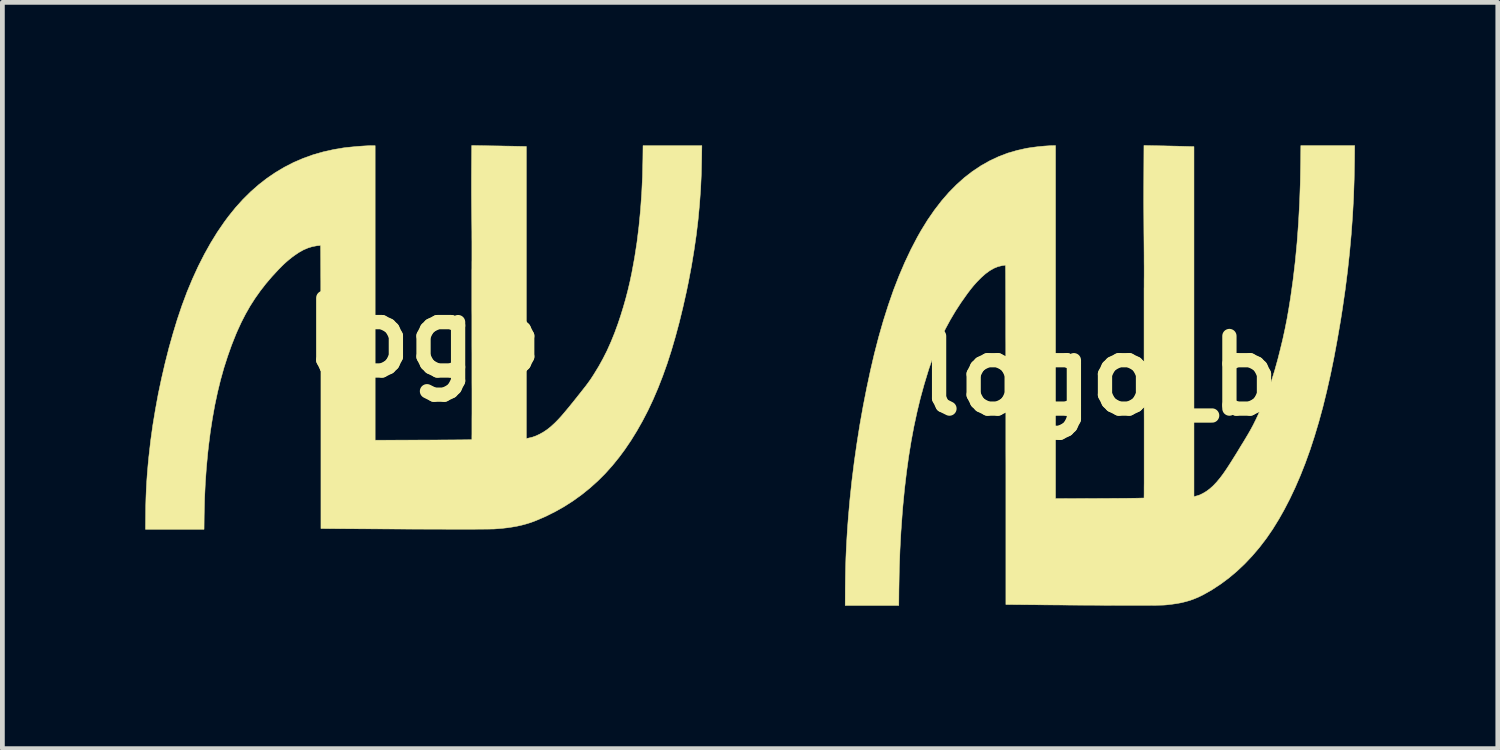
<source format=kicad_pcb>
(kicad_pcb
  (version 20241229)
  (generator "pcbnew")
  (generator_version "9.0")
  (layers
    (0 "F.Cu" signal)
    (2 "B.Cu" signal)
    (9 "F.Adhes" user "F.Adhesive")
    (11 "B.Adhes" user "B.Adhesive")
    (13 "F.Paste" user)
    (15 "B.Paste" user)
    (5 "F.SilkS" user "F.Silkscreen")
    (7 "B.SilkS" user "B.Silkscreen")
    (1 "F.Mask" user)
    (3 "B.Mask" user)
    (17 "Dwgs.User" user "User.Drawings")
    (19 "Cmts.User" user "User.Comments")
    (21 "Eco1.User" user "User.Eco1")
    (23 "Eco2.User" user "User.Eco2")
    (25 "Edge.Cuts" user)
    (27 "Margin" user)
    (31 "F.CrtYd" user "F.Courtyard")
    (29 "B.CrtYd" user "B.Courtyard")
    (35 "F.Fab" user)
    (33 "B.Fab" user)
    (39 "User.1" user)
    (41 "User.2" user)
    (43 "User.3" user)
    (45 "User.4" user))
  (footprint "logo"
    (layer "F.Cu")
    (at 5.843 4.04)
    (property "Reference" "logo" (at 0 0 0) (layer "F.SilkS") (effects (font (size 1.524 1.524) (thickness 0.3))))
    (attr through_hole)
    (fp_poly (pts (xy 1.343 -4.029) (xy 1.409 -4.028) (xy 1.48 -4.027) (xy 1.553 -4.026) (xy 1.627 -4.025) (xy 1.699 -4.023) (xy 1.768 -4.022) (xy 1.831 -4.021) (xy 1.888 -4.02) (xy 1.916 -4.019) (xy 2.159 -4.014) (xy 2.159 -0.947) (xy 2.159 2.12) (xy 2.17 2.116) (xy 2.182 2.113) (xy 2.199 2.11) (xy 2.212 2.107) (xy 2.284 2.09) (xy 2.36 2.063) (xy 2.439 2.026) (xy 2.518 1.982) (xy 2.594 1.931) (xy 2.666 1.874) (xy 2.681 1.861) (xy 2.718 1.827) (xy 2.755 1.793) (xy 2.791 1.757) (xy 2.828 1.719) (xy 2.867 1.677) (xy 2.908 1.631) (xy 2.952 1.579) (xy 3.001 1.521) (xy 3.055 1.456) (xy 3.114 1.383) (xy 3.181 1.3) (xy 3.188 1.291) (xy 3.242 1.223) (xy 3.29 1.163) (xy 3.331 1.111) (xy 3.367 1.065) (xy 3.398 1.026) (xy 3.425 0.99) (xy 3.449 0.958) (xy 3.47 0.929) (xy 3.49 0.901) (xy 3.51 0.873) (xy 3.529 0.844) (xy 3.549 0.813) (xy 3.571 0.779) (xy 3.579 0.766) (xy 3.677 0.606) (xy 3.768 0.442) (xy 3.854 0.272) (xy 3.934 0.093) (xy 4.011 -0.096) (xy 4.084 -0.296) (xy 4.14 -0.464) (xy 4.196 -0.645) (xy 4.246 -0.82) (xy 4.292 -0.997) (xy 4.335 -1.179) (xy 4.374 -1.365) (xy 4.432 -1.68) (xy 4.482 -2.004) (xy 4.523 -2.336) (xy 4.556 -2.677) (xy 4.581 -3.027) (xy 4.598 -3.385) (xy 4.606 -3.752) (xy 4.609 -4.032) (xy 5.844 -4.032) (xy 5.84 -3.768) (xy 5.833 -3.442) (xy 5.818 -3.119) (xy 5.795 -2.798) (xy 5.765 -2.478) (xy 5.727 -2.157) (xy 5.68 -1.834) (xy 5.626 -1.506) (xy 5.563 -1.173) (xy 5.52 -0.964) (xy 5.446 -0.635) (xy 5.369 -0.319) (xy 5.288 -0.018) (xy 5.204 0.27) (xy 5.115 0.546) (xy 5.021 0.809) (xy 4.923 1.06) (xy 4.82 1.3) (xy 4.712 1.53) (xy 4.598 1.749) (xy 4.479 1.959) (xy 4.355 2.16) (xy 4.224 2.353) (xy 4.106 2.512) (xy 3.965 2.686) (xy 3.816 2.852) (xy 3.659 3.009) (xy 3.494 3.157) (xy 3.323 3.295) (xy 3.144 3.424) (xy 2.959 3.543) (xy 2.768 3.651) (xy 2.571 3.75) (xy 2.369 3.837) (xy 2.339 3.849) (xy 2.25 3.882) (xy 2.16 3.91) (xy 2.067 3.935) (xy 1.971 3.957) (xy 1.87 3.975) (xy 1.763 3.991) (xy 1.649 4.004) (xy 1.526 4.014) (xy 1.486 4.017) (xy 1.465 4.018) (xy 1.435 4.018) (xy 1.394 4.019) (xy 1.345 4.02) (xy 1.286 4.02) (xy 1.218 4.021) (xy 1.142 4.021) (xy 1.057 4.022) (xy 0.964 4.022) (xy 0.863 4.022) (xy 0.755 4.022) (xy 0.639 4.022) (xy 0.516 4.022) (xy 0.386 4.021) (xy 0.249 4.021) (xy 0.107 4.021) (xy -0.042 4.02) (xy -0.197 4.02) (xy -0.358 4.019) (xy -0.523 4.018) (xy -0.694 4.017) (xy -0.87 4.016) (xy -1.051 4.015) (xy -1.235 4.014) (xy -1.424 4.013) (xy -1.525 4.012) (xy -2.154 4.008) (xy -2.154 1.811) (xy -2.154 1.57) (xy -2.154 1.333) (xy -2.154 1.099) (xy -2.154 0.871) (xy -2.154 0.648) (xy -2.155 0.431) (xy -2.155 0.22) (xy -2.155 0.015) (xy -2.155 -0.182) (xy -2.156 -0.371) (xy -2.156 -0.552) (xy -2.156 -0.724) (xy -2.157 -0.887) (xy -2.157 -1.04) (xy -2.157 -1.182) (xy -2.158 -1.314) (xy -2.158 -1.435) (xy -2.159 -1.544) (xy -2.159 -1.641) (xy -2.16 -1.725) (xy -2.16 -1.795) (xy -2.161 -1.852) (xy -2.161 -1.895) (xy -2.162 -1.923) (xy -2.162 -1.936) (xy -2.162 -1.936) (xy -2.168 -1.937) (xy -2.182 -1.936) (xy -2.202 -1.934) (xy -2.227 -1.932) (xy -2.239 -1.93) (xy -2.335 -1.912) (xy -2.429 -1.883) (xy -2.524 -1.842) (xy -2.62 -1.788) (xy -2.718 -1.721) (xy -2.769 -1.683) (xy -2.815 -1.646) (xy -2.857 -1.611) (xy -2.896 -1.577) (xy -2.936 -1.54) (xy -2.978 -1.499) (xy -3.024 -1.452) (xy -3.043 -1.433) (xy -3.181 -1.284) (xy -3.309 -1.134) (xy -3.428 -0.981) (xy -3.539 -0.824) (xy -3.642 -0.663) (xy -3.737 -0.496) (xy -3.826 -0.323) (xy -3.909 -0.142) (xy -3.938 -0.075) (xy -4.03 0.156) (xy -4.114 0.393) (xy -4.192 0.636) (xy -4.262 0.887) (xy -4.325 1.145) (xy -4.382 1.413) (xy -4.432 1.691) (xy -4.477 1.98) (xy -4.515 2.281) (xy -4.531 2.425) (xy -4.56 2.738) (xy -4.582 3.051) (xy -4.597 3.368) (xy -4.605 3.694) (xy -4.606 3.741) (xy -4.609 4.024) (xy -5.838 4.024) (xy -5.835 3.717) (xy -5.833 3.532) (xy -5.828 3.357) (xy -5.821 3.189) (xy -5.812 3.022) (xy -5.8 2.853) (xy -5.785 2.678) (xy -5.767 2.492) (xy -5.765 2.477) (xy -5.729 2.159) (xy -5.684 1.836) (xy -5.63 1.51) (xy -5.57 1.182) (xy -5.501 0.856) (xy -5.426 0.532) (xy -5.345 0.213) (xy -5.257 -0.098) (xy -5.171 -0.381) (xy -5.071 -0.678) (xy -4.964 -0.964) (xy -4.85 -1.237) (xy -4.73 -1.499) (xy -4.603 -1.749) (xy -4.47 -1.987) (xy -4.331 -2.213) (xy -4.185 -2.426) (xy -4.097 -2.545) (xy -3.948 -2.73) (xy -3.792 -2.903) (xy -3.63 -3.063) (xy -3.462 -3.211) (xy -3.287 -3.347) (xy -3.106 -3.47) (xy -2.919 -3.581) (xy -2.726 -3.68) (xy -2.526 -3.766) (xy -2.32 -3.84) (xy -2.107 -3.901) (xy -1.888 -3.95) (xy -1.687 -3.984) (xy -1.626 -3.992) (xy -1.559 -3.999) (xy -1.487 -4.006) (xy -1.414 -4.013) (xy -1.34 -4.019) (xy -1.267 -4.024) (xy -1.198 -4.028) (xy -1.134 -4.031) (xy -1.077 -4.032) (xy -1.055 -4.032) (xy -1.016 -4.032) (xy -1.016 2.153) (xy -0.003 2.15) (xy 0.098 2.15) (xy 0.196 2.149) (xy 0.291 2.149) (xy 0.382 2.148) (xy 0.469 2.148) (xy 0.551 2.147) (xy 0.628 2.147) (xy 0.7 2.146) (xy 0.766 2.146) (xy 0.825 2.145) (xy 0.876 2.144) (xy 0.921 2.144) (xy 0.957 2.143) (xy 0.985 2.142) (xy 1.004 2.142) (xy 1.013 2.141) (xy 1.014 2.141) (xy 1.015 2.132) (xy 1.015 2.109) (xy 1.015 2.071) (xy 1.016 2.02) (xy 1.016 1.956) (xy 1.016 1.88) (xy 1.016 1.794) (xy 1.016 1.697) (xy 1.017 1.59) (xy 1.017 1.476) (xy 1.017 1.353) (xy 1.017 1.224) (xy 1.017 1.088) (xy 1.016 0.947) (xy 1.016 0.802) (xy 1.016 0.764) (xy 1.016 0.547) (xy 1.016 0.346) (xy 1.015 0.16) (xy 1.015 -0.013) (xy 1.015 -0.172) (xy 1.015 -0.319) (xy 1.015 -0.454) (xy 1.014 -0.578) (xy 1.014 -0.691) (xy 1.014 -0.794) (xy 1.014 -0.888) (xy 1.014 -0.973) (xy 1.014 -1.05) (xy 1.014 -1.12) (xy 1.014 -1.183) (xy 1.014 -1.24) (xy 1.014 -1.292) (xy 1.014 -1.339) (xy 1.014 -1.382) (xy 1.014 -1.422) (xy 1.015 -1.459) (xy 1.015 -1.494) (xy 1.015 -1.527) (xy 1.015 -1.56) (xy 1.015 -1.593) (xy 1.016 -1.626) (xy 1.016 -1.661) (xy 1.016 -1.679) (xy 1.016 -1.745) (xy 1.016 -1.824) (xy 1.016 -1.913) (xy 1.016 -2.011) (xy 1.015 -2.115) (xy 1.015 -2.221) (xy 1.014 -2.328) (xy 1.013 -2.432) (xy 1.012 -2.508) (xy 1.009 -2.788) (xy 1.007 -3.06) (xy 1.007 -3.329) (xy 1.008 -3.531) (xy 1.012 -4.035) (xy 1.343 -4.029)) (stroke (width 0.01) (type solid)) (fill yes) (layer "F.SilkS")))
  (footprint "logo_b"
    (layer "F.Cu")
    (at 20.043 4.84)
    (property "Reference" "logo_b" (at 0 0 0) (layer "F.SilkS") (effects (font (size 1.524 1.524) (thickness 0.3))))
    (attr through_hole)
    (fp_poly (pts (xy 1.23 -4.829) (xy 1.291 -4.828) (xy 1.355 -4.827) (xy 1.422 -4.825) (xy 1.49 -4.824) (xy 1.556 -4.822) (xy 1.619 -4.821) (xy 1.677 -4.819) (xy 1.729 -4.818) (xy 1.755 -4.817) (xy 1.977 -4.811) (xy 1.977 2.54) (xy 1.988 2.536) (xy 1.998 2.533) (xy 2.013 2.528) (xy 2.026 2.525) (xy 2.092 2.505) (xy 2.161 2.472) (xy 2.234 2.429) (xy 2.306 2.376) (xy 2.376 2.314) (xy 2.441 2.246) (xy 2.455 2.231) (xy 2.489 2.19) (xy 2.523 2.149) (xy 2.556 2.106) (xy 2.59 2.06) (xy 2.625 2.01) (xy 2.663 1.954) (xy 2.703 1.893) (xy 2.748 1.823) (xy 2.797 1.745) (xy 2.852 1.657) (xy 2.913 1.558) (xy 2.919 1.547) (xy 2.969 1.465) (xy 3.013 1.394) (xy 3.051 1.331) (xy 3.083 1.277) (xy 3.112 1.229) (xy 3.136 1.187) (xy 3.158 1.149) (xy 3.178 1.113) (xy 3.196 1.079) (xy 3.214 1.046) (xy 3.232 1.011) (xy 3.25 0.974) (xy 3.27 0.934) (xy 3.278 0.918) (xy 3.367 0.727) (xy 3.451 0.53) (xy 3.529 0.326) (xy 3.603 0.112) (xy 3.673 -0.114) (xy 3.74 -0.355) (xy 3.791 -0.557) (xy 3.843 -0.772) (xy 3.889 -0.983) (xy 3.931 -1.195) (xy 3.969 -1.413) (xy 4.005 -1.636) (xy 4.058 -2.014) (xy 4.104 -2.401) (xy 4.142 -2.799) (xy 4.172 -3.208) (xy 4.195 -3.627) (xy 4.21 -4.057) (xy 4.218 -4.497) (xy 4.221 -4.833) (xy 5.351 -4.833) (xy 5.348 -4.516) (xy 5.341 -4.125) (xy 5.328 -3.738) (xy 5.307 -3.354) (xy 5.279 -2.97) (xy 5.244 -2.585) (xy 5.202 -2.198) (xy 5.152 -1.805) (xy 5.094 -1.405) (xy 5.055 -1.156) (xy 4.987 -0.761) (xy 4.917 -0.383) (xy 4.843 -0.021) (xy 4.765 0.324) (xy 4.684 0.654) (xy 4.598 0.969) (xy 4.508 1.27) (xy 4.414 1.558) (xy 4.315 1.833) (xy 4.211 2.096) (xy 4.102 2.348) (xy 3.988 2.589) (xy 3.868 2.82) (xy 3.76 3.011) (xy 3.631 3.22) (xy 3.495 3.418) (xy 3.351 3.606) (xy 3.2 3.783) (xy 3.043 3.949) (xy 2.879 4.104) (xy 2.71 4.246) (xy 2.535 4.376) (xy 2.355 4.494) (xy 2.17 4.599) (xy 2.142 4.613) (xy 2.061 4.652) (xy 1.978 4.686) (xy 1.893 4.717) (xy 1.805 4.742) (xy 1.713 4.765) (xy 1.615 4.783) (xy 1.51 4.798) (xy 1.398 4.811) (xy 1.361 4.814) (xy 1.342 4.815) (xy 1.314 4.816) (xy 1.277 4.817) (xy 1.231 4.818) (xy 1.177 4.819) (xy 1.115 4.819) (xy 1.045 4.82) (xy 0.968 4.82) (xy 0.883 4.82) (xy 0.79 4.82) (xy 0.691 4.82) (xy 0.585 4.82) (xy 0.472 4.82) (xy 0.353 4.82) (xy 0.228 4.819) (xy 0.098 4.819) (xy -0.039 4.818) (xy -0.181 4.817) (xy -0.327 4.817) (xy -0.479 4.816) (xy -0.636 4.815) (xy -0.797 4.813) (xy -0.962 4.812) (xy -1.131 4.811) (xy -1.304 4.809) (xy -1.397 4.808) (xy -1.972 4.803) (xy -1.972 2.171) (xy -1.972 1.882) (xy -1.973 1.597) (xy -1.973 1.318) (xy -1.973 1.044) (xy -1.973 0.777) (xy -1.973 0.516) (xy -1.973 0.263) (xy -1.973 0.018) (xy -1.974 -0.218) (xy -1.974 -0.444) (xy -1.974 -0.661) (xy -1.975 -0.867) (xy -1.975 -1.063) (xy -1.975 -1.246) (xy -1.976 -1.417) (xy -1.976 -1.575) (xy -1.976 -1.72) (xy -1.977 -1.851) (xy -1.977 -1.967) (xy -1.978 -2.067) (xy -1.978 -2.152) (xy -1.979 -2.22) (xy -1.979 -2.271) (xy -1.98 -2.305) (xy -1.98 -2.32) (xy -1.98 -2.321) (xy -1.985 -2.321) (xy -1.998 -2.321) (xy -2.016 -2.318) (xy -2.039 -2.315) (xy -2.051 -2.313) (xy -2.138 -2.292) (xy -2.224 -2.257) (xy -2.311 -2.207) (xy -2.399 -2.143) (xy -2.489 -2.063) (xy -2.535 -2.017) (xy -2.578 -1.973) (xy -2.616 -1.931) (xy -2.652 -1.89) (xy -2.688 -1.846) (xy -2.727 -1.797) (xy -2.77 -1.74) (xy -2.787 -1.717) (xy -2.913 -1.539) (xy -3.03 -1.359) (xy -3.139 -1.175) (xy -3.241 -0.987) (xy -3.335 -0.794) (xy -3.422 -0.594) (xy -3.504 -0.387) (xy -3.58 -0.171) (xy -3.606 -0.09) (xy -3.69 0.187) (xy -3.768 0.471) (xy -3.838 0.762) (xy -3.903 1.063) (xy -3.961 1.373) (xy -4.013 1.694) (xy -4.059 2.027) (xy -4.1 2.374) (xy -4.135 2.734) (xy -4.149 2.906) (xy -4.176 3.281) (xy -4.196 3.656) (xy -4.21 4.037) (xy -4.217 4.427) (xy -4.218 4.483) (xy -4.221 4.823) (xy -5.346 4.823) (xy -5.344 4.455) (xy -5.341 4.233) (xy -5.337 4.023) (xy -5.331 3.821) (xy -5.322 3.622) (xy -5.311 3.419) (xy -5.298 3.209) (xy -5.281 2.987) (xy -5.28 2.968) (xy -5.246 2.587) (xy -5.205 2.2) (xy -5.156 1.809) (xy -5.1 1.417) (xy -5.038 1.025) (xy -4.969 0.638) (xy -4.894 0.256) (xy -4.814 -0.118) (xy -4.735 -0.457) (xy -4.643 -0.813) (xy -4.545 -1.155) (xy -4.441 -1.483) (xy -4.332 -1.797) (xy -4.216 -2.096) (xy -4.094 -2.381) (xy -3.966 -2.652) (xy -3.833 -2.907) (xy -3.752 -3.05) (xy -3.615 -3.272) (xy -3.472 -3.479) (xy -3.324 -3.671) (xy -3.17 -3.849) (xy -3.01 -4.011) (xy -2.845 -4.159) (xy -2.673 -4.292) (xy -2.496 -4.41) (xy -2.313 -4.513) (xy -2.124 -4.602) (xy -1.93 -4.676) (xy -1.729 -4.734) (xy -1.544 -4.775) (xy -1.489 -4.784) (xy -1.427 -4.793) (xy -1.362 -4.802) (xy -1.295 -4.81) (xy -1.227 -4.817) (xy -1.16 -4.823) (xy -1.097 -4.827) (xy -1.038 -4.831) (xy -0.987 -4.832) (xy -0.966 -4.833) (xy -0.93 -4.833) (xy -0.93 2.58) (xy -0.003 2.577) (xy 0.09 2.576) (xy 0.179 2.576) (xy 0.266 2.575) (xy 0.35 2.575) (xy 0.429 2.574) (xy 0.505 2.574) (xy 0.575 2.573) (xy 0.641 2.572) (xy 0.701 2.571) (xy 0.755 2.571) (xy 0.803 2.57) (xy 0.843 2.569) (xy 0.877 2.568) (xy 0.902 2.568) (xy 0.919 2.567) (xy 0.928 2.566) (xy 0.929 2.566) (xy 0.929 2.555) (xy 0.929 2.527) (xy 0.93 2.482) (xy 0.93 2.421) (xy 0.93 2.344) (xy 0.931 2.253) (xy 0.931 2.15) (xy 0.931 2.033) (xy 0.931 1.906) (xy 0.931 1.769) (xy 0.931 1.622) (xy 0.931 1.467) (xy 0.931 1.304) (xy 0.931 1.136) (xy 0.931 0.961) (xy 0.931 0.915) (xy 0.93 0.656) (xy 0.93 0.415) (xy 0.93 0.191) (xy 0.93 -0.016) (xy 0.929 -0.207) (xy 0.929 -0.383) (xy 0.929 -0.544) (xy 0.929 -0.692) (xy 0.929 -0.828) (xy 0.929 -0.951) (xy 0.929 -1.064) (xy 0.929 -1.166) (xy 0.929 -1.258) (xy 0.929 -1.342) (xy 0.929 -1.418) (xy 0.929 -1.486) (xy 0.929 -1.548) (xy 0.929 -1.605) (xy 0.929 -1.656) (xy 0.929 -1.704) (xy 0.929 -1.748) (xy 0.929 -1.79) (xy 0.929 -1.83) (xy 0.93 -1.87) (xy 0.93 -1.909) (xy 0.93 -1.949) (xy 0.93 -1.99) (xy 0.93 -2.012) (xy 0.931 -2.091) (xy 0.931 -2.186) (xy 0.931 -2.293) (xy 0.93 -2.411) (xy 0.93 -2.534) (xy 0.929 -2.662) (xy 0.928 -2.79) (xy 0.927 -2.915) (xy 0.926 -3.006) (xy 0.924 -3.342) (xy 0.922 -3.667) (xy 0.923 -3.99) (xy 0.924 -4.232) (xy 0.927 -4.835) (xy 1.23 -4.829)) (stroke (width 0.01) (type solid)) (fill yes) (layer "F.SilkS")))
  (gr_rect
    (start -3 -3)
    (end 28.4 12.669)
    (stroke (width 0.1) (type default))
    (fill no)
    (layer "Edge.Cuts")))
</source>
